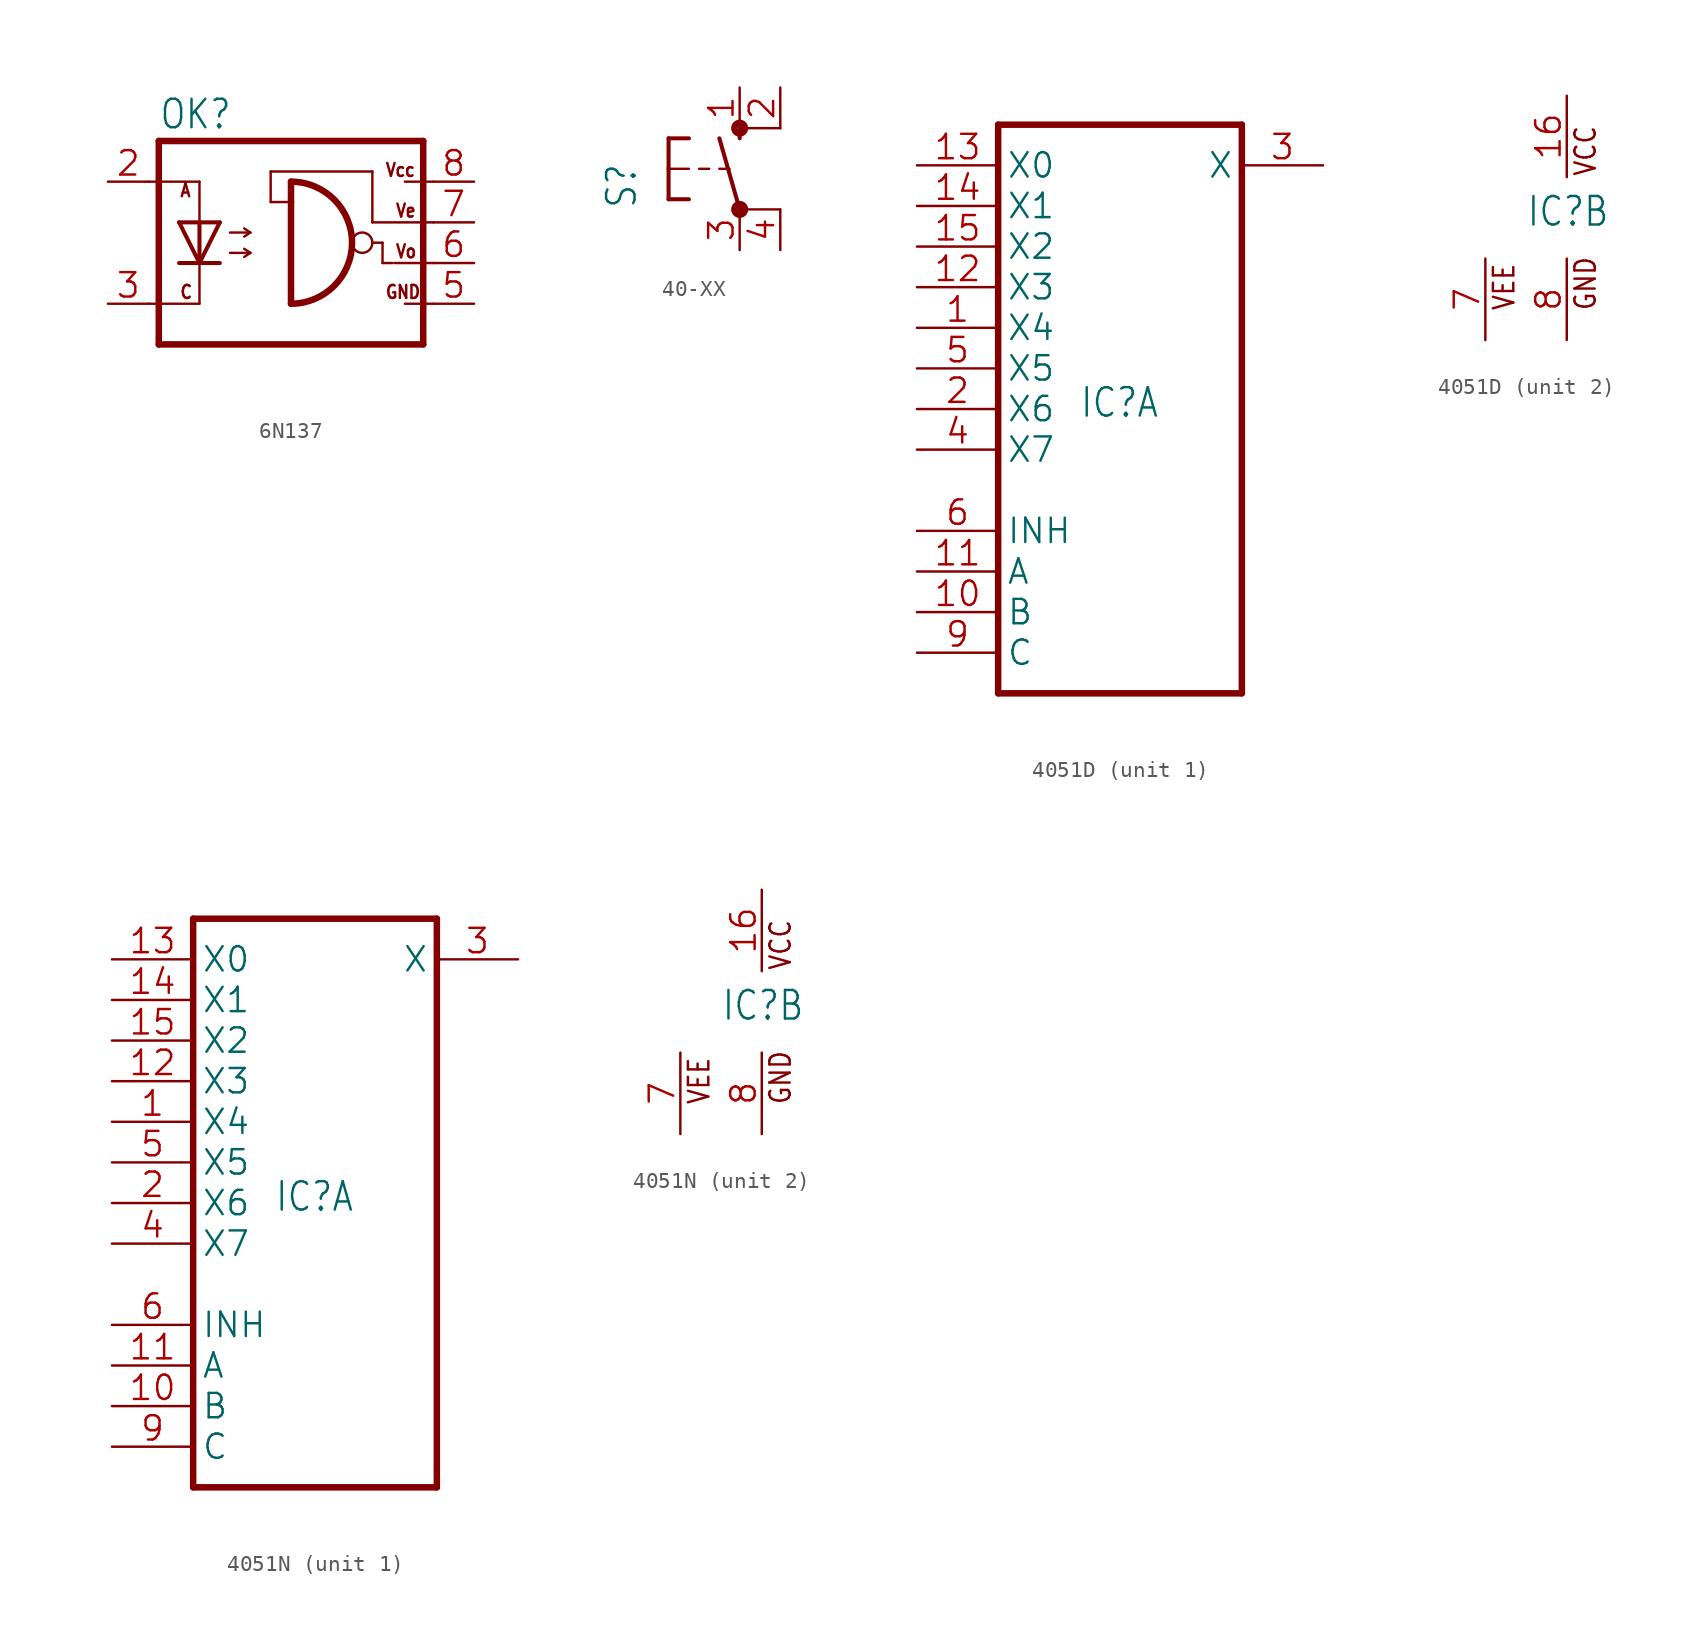
<source format=kicad_sym>
(kicad_symbol_lib
  (version 20241209)
  (generator "kicad_symbol_editor")
  (generator_version "9.0")
  (symbol "6N137"
    (property "Reference" "OK"
      (at -9.525 8.255 0)
      (effects (font (size 1.778 1.511)) (justify left bottom)))
    (property "Value" ""
      (at -9.525 -7.62 0)
      (effects (font (size 1.778 1.511)) (justify left bottom)))
    (property "ki_locked" ""
      (at 0 0 0)
      (effects (font (size 1.27 1.27))))
    (symbol "6N137_1_0"
      (polyline (pts (xy -10.16 5.08) (xy -6.985 5.08)) (stroke (width 0.152) (type solid)) (fill (type none)))
      (polyline (pts (xy -10.16 -2.54) (xy -6.985 -2.54)) (stroke (width 0.152) (type solid)) (fill (type none)))
      (polyline (pts (xy -9.525 7.62) (xy -9.525 -5.08)) (stroke (width 0.406) (type solid)) (fill (type none)))
      (polyline (pts (xy -6.985 2.54) (xy -8.255 2.54)) (stroke (width 0.254) (type solid)) (fill (type none)))
      (polyline (pts (xy -6.985 2.54) (xy -6.985 5.08)) (stroke (width 0.152) (type solid)) (fill (type none)))
      (polyline (pts (xy -6.985 2.54) (xy -6.985 0)) (stroke (width 0.254) (type solid)) (fill (type none)))
      (polyline (pts (xy -6.985 0) (xy -8.255 2.54)) (stroke (width 0.254) (type solid)) (fill (type none)))
      (polyline (pts (xy -6.985 0) (xy -8.255 0)) (stroke (width 0.254) (type solid)) (fill (type none)))
      (polyline (pts (xy -6.985 -2.54) (xy -6.985 0)) (stroke (width 0.152) (type solid)) (fill (type none)))
      (polyline (pts (xy -5.715 2.54) (xy -6.985 2.54)) (stroke (width 0.254) (type solid)) (fill (type none)))
      (polyline (pts (xy -5.715 2.54) (xy -6.985 0)) (stroke (width 0.254) (type solid)) (fill (type none)))
      (polyline (pts (xy -5.715 0) (xy -6.985 0)) (stroke (width 0.254) (type solid)) (fill (type none)))
      (polyline (pts (xy -5.08 1.905) (xy -3.81 1.905)) (stroke (width 0.152) (type solid)) (fill (type none)))
      (polyline (pts (xy -5.08 0.635) (xy -3.81 0.635)) (stroke (width 0.152) (type solid)) (fill (type none)))
      (polyline (pts (xy -3.81 1.905) (xy -4.191 2.159)) (stroke (width 0.152) (type solid)) (fill (type none)))
      (polyline (pts (xy -3.81 1.905) (xy -4.191 1.651)) (stroke (width 0.152) (type solid)) (fill (type none)))
      (polyline (pts (xy -3.81 0.635) (xy -4.191 0.889)) (stroke (width 0.152) (type solid)) (fill (type none)))
      (polyline (pts (xy -3.81 0.635) (xy -4.191 0.381)) (stroke (width 0.152) (type solid)) (fill (type none)))
      (polyline (pts (xy -2.54 5.715) (xy 3.81 5.715)) (stroke (width 0.152) (type solid)) (fill (type none)))
      (polyline (pts (xy -2.54 3.81) (xy -2.54 5.715)) (stroke (width 0.152) (type solid)) (fill (type none)))
      (polyline (pts (xy -1.27 5.08) (xy -1.27 3.81)) (stroke (width 0.406) (type solid)) (fill (type none)))
      (polyline (pts (xy -1.27 3.81) (xy -2.54 3.81)) (stroke (width 0.152) (type solid)) (fill (type none)))
      (polyline (pts (xy -1.27 3.81) (xy -1.27 -2.54)) (stroke (width 0.406) (type solid)) (fill (type none)))
      (arc (start -1.27 5.08) (mid 2.5401 1.2701) (end -1.2698 -2.54) (stroke (width 0.4064) (type solid)) (fill (type none)))
      (circle (center 3.175 1.27) (radius 0.635) (stroke (width 0.152) (type solid)) (fill (type none)))
      (polyline (pts (xy 3.81 5.715) (xy 3.81 2.54)) (stroke (width 0.152) (type solid)) (fill (type none)))
      (polyline (pts (xy 3.81 2.54) (xy 7.62 2.54)) (stroke (width 0.152) (type solid)) (fill (type none)))
      (polyline (pts (xy 3.81 1.27) (xy 4.445 1.27)) (stroke (width 0.152) (type solid)) (fill (type none)))
      (polyline (pts (xy 4.445 1.27) (xy 4.445 0)) (stroke (width 0.152) (type solid)) (fill (type none)))
      (polyline (pts (xy 4.445 0) (xy 5.08 0)) (stroke (width 0.152) (type solid)) (fill (type none)))
      (polyline (pts (xy 5.207 0) (xy 7.62 0)) (stroke (width 0.152) (type solid)) (fill (type none)))
      (polyline (pts (xy 5.842 5.08) (xy 7.62 5.08)) (stroke (width 0.152) (type solid)) (fill (type none)))
      (polyline (pts (xy 5.842 -2.54) (xy 7.62 -2.54)) (stroke (width 0.152) (type solid)) (fill (type none)))
      (polyline (pts (xy 6.985 7.62) (xy -9.525 7.62)) (stroke (width 0.406) (type solid)) (fill (type none)))
      (polyline (pts (xy 6.985 7.62) (xy 6.985 -5.08)) (stroke (width 0.406) (type solid)) (fill (type none)))
      (polyline (pts (xy 6.985 -5.08) (xy -9.525 -5.08)) (stroke (width 0.406) (type solid)) (fill (type none)))
      (text "A" (at -8.255 4.064 0) (effects (font (size 0.813 0.691)) (justify left bottom)))
      (text "C" (at -8.255 -2.286 0) (effects (font (size 0.813 0.691)) (justify left bottom)))
      (text "Vcc" (at 4.572 5.334 0) (effects (font (size 0.813 0.691)) (justify left bottom)))
      (text "GND" (at 4.572 -2.286 0) (effects (font (size 0.813 0.691)) (justify left bottom)))
      (text "Ve" (at 5.207 2.794 0) (effects (font (size 0.813 0.691)) (justify left bottom)))
      (text "Vo" (at 5.207 0.254 0) (effects (font (size 0.813 0.691)) (justify left bottom)))
      (pin passive line (at -12.7 5.08 0) (length 2.54) (name "A" (effects (font (size 0 0)))) (number "2" (effects (font (size 1.524 1.524)))))
      (pin passive line (at -12.7 -2.54 0) (length 2.54) (name "C" (effects (font (size 0 0)))) (number "3" (effects (font (size 1.524 1.524)))))
      (pin passive line (at 10.16 5.08 180) (length 2.54) (name "VCC" (effects (font (size 0 0)))) (number "8" (effects (font (size 1.524 1.524)))))
      (pin passive line (at 10.16 2.54 180) (length 2.54) (name "VE" (effects (font (size 0 0)))) (number "7" (effects (font (size 1.524 1.524)))))
      (pin passive line (at 10.16 0 180) (length 2.54) (name "VO" (effects (font (size 0 0)))) (number "6" (effects (font (size 1.524 1.524)))))
      (pin passive line (at 10.16 -2.54 180) (length 2.54) (name "GND" (effects (font (size 0 0)))) (number "5" (effects (font (size 1.524 1.524)))))))
  (symbol "40-XX"
    (property "Reference" "S"
      (at -6.35 -2.54 90)
      (effects (font (size 1.778 1.511)) (justify left bottom)))
    (property "Value" ""
      (at -3.81 3.175 90)
      (effects (font (size 1.778 1.511)) (justify left bottom)))
    (property "ki_locked" ""
      (at 0 0 0)
      (effects (font (size 1.27 1.27))))
    (symbol "40-XX_1_0"
      (polyline (pts (xy -4.445 1.905) (xy -4.445 0)) (stroke (width 0.254) (type solid)) (fill (type none)))
      (polyline (pts (xy -4.445 1.905) (xy -3.175 1.905)) (stroke (width 0.254) (type solid)) (fill (type none)))
      (polyline (pts (xy -4.445 0) (xy -4.445 -1.905)) (stroke (width 0.254) (type solid)) (fill (type none)))
      (polyline (pts (xy -4.445 0) (xy -3.175 0)) (stroke (width 0.152) (type solid)) (fill (type none)))
      (polyline (pts (xy -4.445 -1.905) (xy -3.175 -1.905)) (stroke (width 0.254) (type solid)) (fill (type none)))
      (polyline (pts (xy -2.54 0) (xy -1.905 0)) (stroke (width 0.152) (type solid)) (fill (type none)))
      (polyline (pts (xy -1.27 0) (xy -0.635 0)) (stroke (width 0.152) (type solid)) (fill (type none)))
      (circle (center 0 2.54) (radius 0.127) (stroke (width 0.406) (type solid)) (fill (type none)))
      (polyline (pts (xy 0 1.905) (xy 0 2.54)) (stroke (width 0.254) (type solid)) (fill (type none)))
      (polyline (pts (xy 0 -2.54) (xy -1.27 1.905)) (stroke (width 0.254) (type solid)) (fill (type none)))
      (circle (center 0 -2.54) (radius 0.127) (stroke (width 0.406) (type solid)) (fill (type none)))
      (polyline (pts (xy 2.54 2.54) (xy 0 2.54)) (stroke (width 0.152) (type solid)) (fill (type none)))
      (polyline (pts (xy 2.54 -2.54) (xy 0 -2.54)) (stroke (width 0.152) (type solid)) (fill (type none)))
      (pin passive line (at 0 5.08 270) (length 2.54) (name "S" (effects (font (size 0 0)))) (number "1" (effects (font (size 1.524 1.524)))))
      (pin passive line (at 0 -5.08 90) (length 2.54) (name "P" (effects (font (size 0 0)))) (number "3" (effects (font (size 1.524 1.524)))))
      (pin passive line (at 2.54 5.08 270) (length 2.54) (name "S1" (effects (font (size 0 0)))) (number "2" (effects (font (size 1.524 1.524)))))
      (pin passive line (at 2.54 -5.08 90) (length 2.54) (name "P1" (effects (font (size 0 0)))) (number "4" (effects (font (size 1.524 1.524)))))))
  (symbol "4051D"
    (property "Reference" "IC"
      (at -2.54 -0.635 0)
      (effects (font (size 1.778 1.511)) (justify left bottom)))
    (property "ki_locked" ""
      (at 0 0 0)
      (effects (font (size 1.27 1.27))))
    (symbol "4051D_1_0"
      (polyline (pts (xy -7.62 17.78) (xy -7.62 -17.78)) (stroke (width 0.406) (type solid)) (fill (type none)))
      (polyline (pts (xy -7.62 -17.78) (xy 7.62 -17.78)) (stroke (width 0.406) (type solid)) (fill (type none)))
      (polyline (pts (xy 7.62 17.78) (xy -7.62 17.78)) (stroke (width 0.406) (type solid)) (fill (type none)))
      (polyline (pts (xy 7.62 -17.78) (xy 7.62 17.78)) (stroke (width 0.406) (type solid)) (fill (type none)))
      (pin bidirectional line (at -12.7 15.24 0) (length 5.08) (name "X0" (effects (font (size 1.524 1.524)))) (number "13" (effects (font (size 1.524 1.524)))))
      (pin bidirectional line (at -12.7 12.7 0) (length 5.08) (name "X1" (effects (font (size 1.524 1.524)))) (number "14" (effects (font (size 1.524 1.524)))))
      (pin bidirectional line (at -12.7 10.16 0) (length 5.08) (name "X2" (effects (font (size 1.524 1.524)))) (number "15" (effects (font (size 1.524 1.524)))))
      (pin bidirectional line (at -12.7 7.62 0) (length 5.08) (name "X3" (effects (font (size 1.524 1.524)))) (number "12" (effects (font (size 1.524 1.524)))))
      (pin bidirectional line (at -12.7 5.08 0) (length 5.08) (name "X4" (effects (font (size 1.524 1.524)))) (number "1" (effects (font (size 1.524 1.524)))))
      (pin bidirectional line (at -12.7 2.54 0) (length 5.08) (name "X5" (effects (font (size 1.524 1.524)))) (number "5" (effects (font (size 1.524 1.524)))))
      (pin bidirectional line (at -12.7 0 0) (length 5.08) (name "X6" (effects (font (size 1.524 1.524)))) (number "2" (effects (font (size 1.524 1.524)))))
      (pin bidirectional line (at -12.7 -2.54 0) (length 5.08) (name "X7" (effects (font (size 1.524 1.524)))) (number "4" (effects (font (size 1.524 1.524)))))
      (pin input line (at -12.7 -7.62 0) (length 5.08) (name "INH" (effects (font (size 1.524 1.524)))) (number "6" (effects (font (size 1.524 1.524)))))
      (pin input line (at -12.7 -10.16 0) (length 5.08) (name "A" (effects (font (size 1.524 1.524)))) (number "11" (effects (font (size 1.524 1.524)))))
      (pin input line (at -12.7 -12.7 0) (length 5.08) (name "B" (effects (font (size 1.524 1.524)))) (number "10" (effects (font (size 1.524 1.524)))))
      (pin input line (at -12.7 -15.24 0) (length 5.08) (name "C" (effects (font (size 1.524 1.524)))) (number "9" (effects (font (size 1.524 1.524)))))
      (pin bidirectional line (at 12.7 15.24 180) (length 5.08) (name "X" (effects (font (size 1.524 1.524)))) (number "3" (effects (font (size 1.524 1.524))))))
    (symbol "4051D_2_0"
      (text "VEE" (at -3.175 -5.842 900) (effects (font (size 1.27 1.079)) (justify left bottom)))
      (text "VCC" (at 1.905 2.54 900) (effects (font (size 1.27 1.079)) (justify left bottom)))
      (text "GND" (at 1.905 -5.842 900) (effects (font (size 1.27 1.079)) (justify left bottom)))
      (pin power_in line (at -5.08 -7.62 90) (length 5.08) (name "VEE" (effects (font (size 0 0)))) (number "7" (effects (font (size 1.524 1.524)))))
      (pin power_in line (at 0 7.62 270) (length 5.08) (name "VCC" (effects (font (size 0 0)))) (number "16" (effects (font (size 1.524 1.524)))))
      (pin power_in line (at 0 -7.62 90) (length 5.08) (name "GND" (effects (font (size 0 0)))) (number "8" (effects (font (size 1.524 1.524)))))))
  (symbol "4051N"
    (property "Reference" "IC"
      (at -2.54 -0.635 0)
      (effects (font (size 1.778 1.511)) (justify left bottom)))
    (property "ki_locked" ""
      (at 0 0 0)
      (effects (font (size 1.27 1.27))))
    (symbol "4051N_1_0"
      (polyline (pts (xy -7.62 17.78) (xy -7.62 -17.78)) (stroke (width 0.406) (type solid)) (fill (type none)))
      (polyline (pts (xy -7.62 -17.78) (xy 7.62 -17.78)) (stroke (width 0.406) (type solid)) (fill (type none)))
      (polyline (pts (xy 7.62 17.78) (xy -7.62 17.78)) (stroke (width 0.406) (type solid)) (fill (type none)))
      (polyline (pts (xy 7.62 -17.78) (xy 7.62 17.78)) (stroke (width 0.406) (type solid)) (fill (type none)))
      (pin bidirectional line (at -12.7 15.24 0) (length 5.08) (name "X0" (effects (font (size 1.524 1.524)))) (number "13" (effects (font (size 1.524 1.524)))))
      (pin bidirectional line (at -12.7 12.7 0) (length 5.08) (name "X1" (effects (font (size 1.524 1.524)))) (number "14" (effects (font (size 1.524 1.524)))))
      (pin bidirectional line (at -12.7 10.16 0) (length 5.08) (name "X2" (effects (font (size 1.524 1.524)))) (number "15" (effects (font (size 1.524 1.524)))))
      (pin bidirectional line (at -12.7 7.62 0) (length 5.08) (name "X3" (effects (font (size 1.524 1.524)))) (number "12" (effects (font (size 1.524 1.524)))))
      (pin bidirectional line (at -12.7 5.08 0) (length 5.08) (name "X4" (effects (font (size 1.524 1.524)))) (number "1" (effects (font (size 1.524 1.524)))))
      (pin bidirectional line (at -12.7 2.54 0) (length 5.08) (name "X5" (effects (font (size 1.524 1.524)))) (number "5" (effects (font (size 1.524 1.524)))))
      (pin bidirectional line (at -12.7 0 0) (length 5.08) (name "X6" (effects (font (size 1.524 1.524)))) (number "2" (effects (font (size 1.524 1.524)))))
      (pin bidirectional line (at -12.7 -2.54 0) (length 5.08) (name "X7" (effects (font (size 1.524 1.524)))) (number "4" (effects (font (size 1.524 1.524)))))
      (pin input line (at -12.7 -7.62 0) (length 5.08) (name "INH" (effects (font (size 1.524 1.524)))) (number "6" (effects (font (size 1.524 1.524)))))
      (pin input line (at -12.7 -10.16 0) (length 5.08) (name "A" (effects (font (size 1.524 1.524)))) (number "11" (effects (font (size 1.524 1.524)))))
      (pin input line (at -12.7 -12.7 0) (length 5.08) (name "B" (effects (font (size 1.524 1.524)))) (number "10" (effects (font (size 1.524 1.524)))))
      (pin input line (at -12.7 -15.24 0) (length 5.08) (name "C" (effects (font (size 1.524 1.524)))) (number "9" (effects (font (size 1.524 1.524)))))
      (pin bidirectional line (at 12.7 15.24 180) (length 5.08) (name "X" (effects (font (size 1.524 1.524)))) (number "3" (effects (font (size 1.524 1.524))))))
    (symbol "4051N_2_0"
      (text "VEE" (at -3.175 -5.842 900) (effects (font (size 1.27 1.079)) (justify left bottom)))
      (text "VCC" (at 1.905 2.54 900) (effects (font (size 1.27 1.079)) (justify left bottom)))
      (text "GND" (at 1.905 -5.842 900) (effects (font (size 1.27 1.079)) (justify left bottom)))
      (pin power_in line (at -5.08 -7.62 90) (length 5.08) (name "VEE" (effects (font (size 0 0)))) (number "7" (effects (font (size 1.524 1.524)))))
      (pin power_in line (at 0 7.62 270) (length 5.08) (name "VCC" (effects (font (size 0 0)))) (number "16" (effects (font (size 1.524 1.524)))))
      (pin power_in line (at 0 -7.62 90) (length 5.08) (name "GND" (effects (font (size 0 0)))) (number "8" (effects (font (size 1.524 1.524))))))))
</source>
